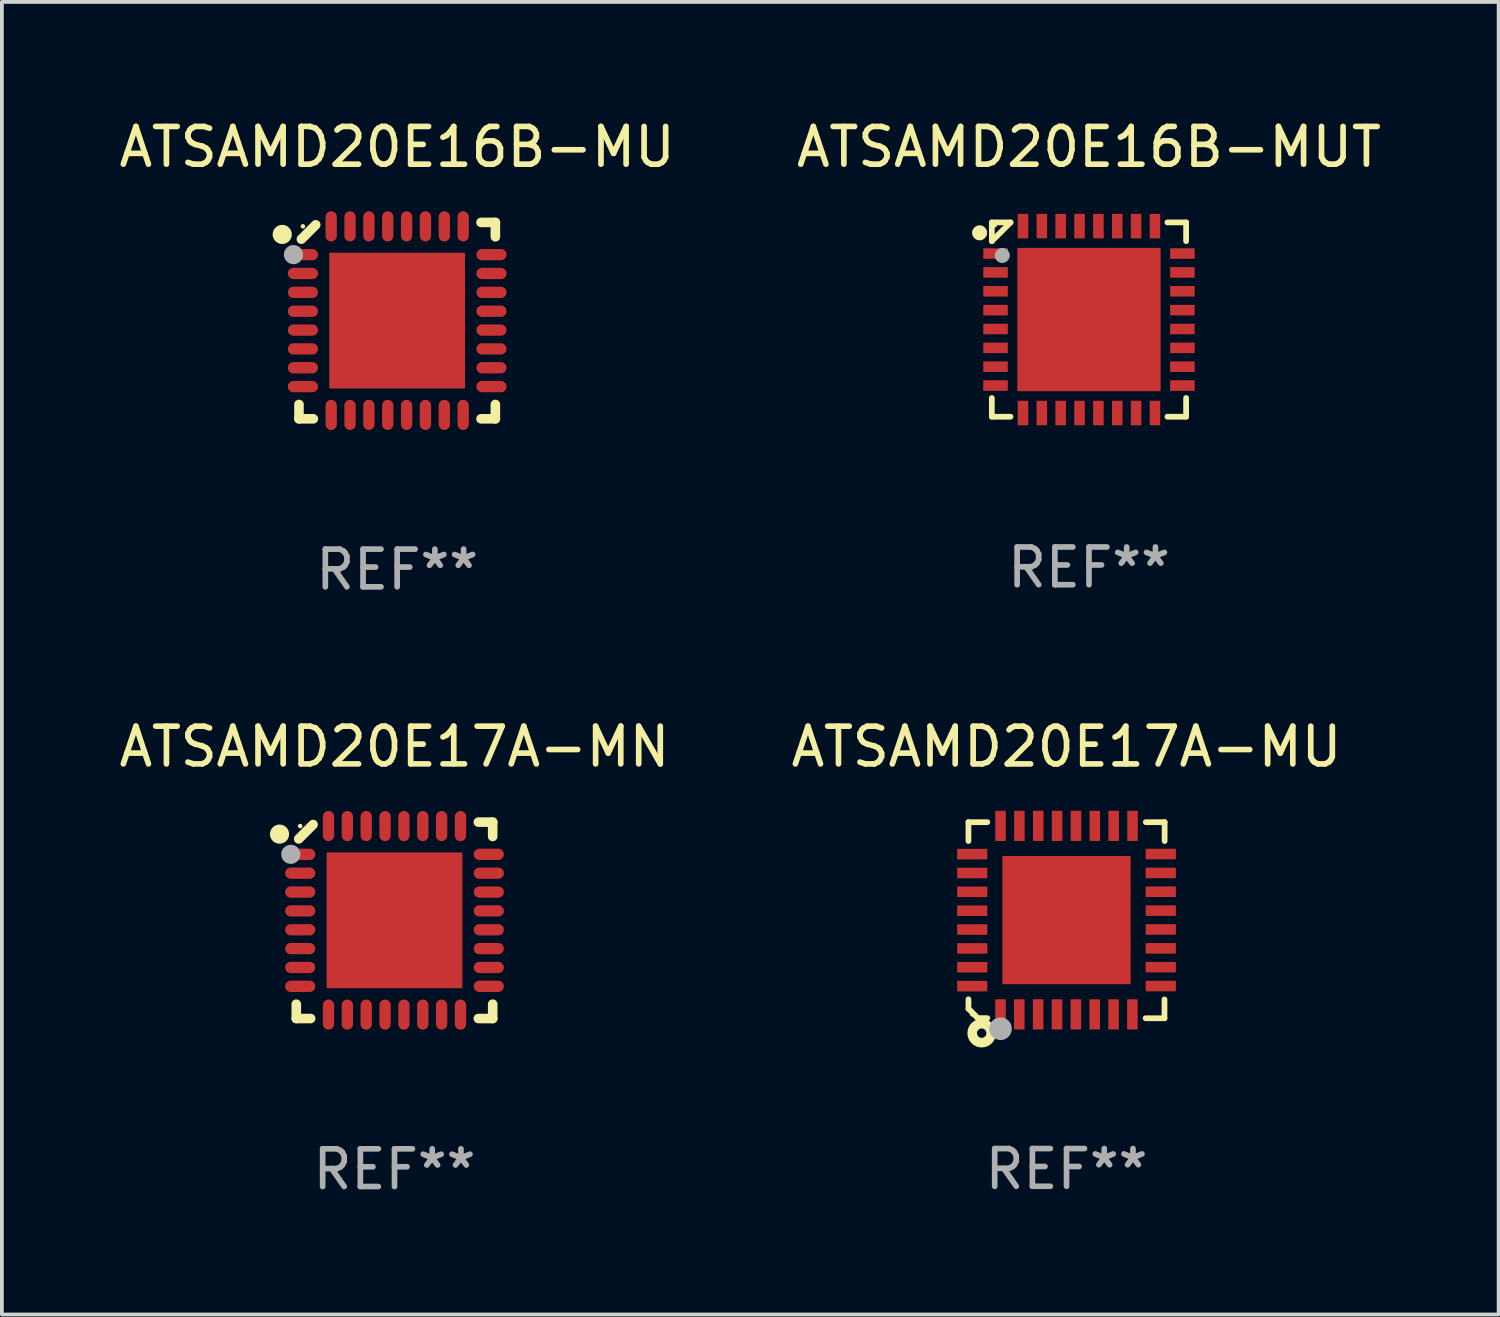
<source format=kicad_pcb>
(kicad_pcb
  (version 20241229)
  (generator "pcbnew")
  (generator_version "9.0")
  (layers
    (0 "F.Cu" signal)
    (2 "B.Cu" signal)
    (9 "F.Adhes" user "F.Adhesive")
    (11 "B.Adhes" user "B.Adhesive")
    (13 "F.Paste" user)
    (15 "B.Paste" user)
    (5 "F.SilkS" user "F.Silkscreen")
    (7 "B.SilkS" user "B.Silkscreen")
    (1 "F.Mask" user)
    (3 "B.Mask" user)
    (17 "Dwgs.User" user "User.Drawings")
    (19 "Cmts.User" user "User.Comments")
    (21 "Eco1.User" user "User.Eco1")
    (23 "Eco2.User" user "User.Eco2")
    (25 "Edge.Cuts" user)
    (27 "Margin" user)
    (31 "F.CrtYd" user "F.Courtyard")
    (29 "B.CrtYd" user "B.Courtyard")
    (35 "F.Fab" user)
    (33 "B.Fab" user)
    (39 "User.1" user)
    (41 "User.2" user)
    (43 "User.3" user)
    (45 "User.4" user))
  (footprint "ATSAMD20E16B-MU"
    (layer "F.Cu")
    (at 7.482 5.452)
    (property "Reference" "ATSAMD20E16B-MU" (at 0 -4.604 0) (layer "F.SilkS") (effects (font (size 1 1) (thickness 0.15))))
    (attr through_hole)
    (fp_line (start -2.604 2.223) (end -2.604 2.604) (stroke (width 0.254) (type solid)) (layer "F.SilkS"))
    (fp_line (start -2.604 2.604) (end -2.223 2.604) (stroke (width 0.254) (type solid)) (layer "F.SilkS"))
    (fp_line (start -2.159 -2.54) (end -2.54 -2.159) (stroke (width 0.254) (type solid)) (layer "F.SilkS"))
    (fp_line (start 2.223 2.604) (end 2.604 2.604) (stroke (width 0.254) (type solid)) (layer "F.SilkS"))
    (fp_line (start 2.604 -2.604) (end 2.223 -2.604) (stroke (width 0.254) (type solid)) (layer "F.SilkS"))
    (fp_line (start 2.604 -2.223) (end 2.604 -2.604) (stroke (width 0.254) (type solid)) (layer "F.SilkS"))
    (fp_line (start 2.604 2.604) (end 2.604 2.223) (stroke (width 0.254) (type solid)) (layer "F.SilkS"))
    (fp_circle (center -3.048 -2.286) (end -2.921 -2.286) (stroke (width 0.254) (type solid)) (fill no) (layer "F.SilkS"))
    (fp_circle (center -2.5 -2.5) (end -2.47 -2.5) (stroke (width 0.06) (type solid)) (fill no) (layer "F.SilkS"))
    (fp_circle (center -2.75 -1.75) (end -2.623 -1.75) (stroke (width 0.254) (type solid)) (fill no) (layer "F.Fab"))
    (fp_text user "REF**" (at 0 6.604 0) (layer "F.Fab") (effects (font (size 1 1) (thickness 0.15))))
    (pad "1" smd oval (at -2.5 -1.75) (size 0.8 0.3) (layers "F.Cu" "F.Mask" "F.Paste"))
    (pad "2" smd oval (at -2.5 -1.25) (size 0.8 0.3) (layers "F.Cu" "F.Mask" "F.Paste"))
    (pad "3" smd oval (at -2.5 -0.75) (size 0.8 0.3) (layers "F.Cu" "F.Mask" "F.Paste"))
    (pad "4" smd oval (at -2.5 -0.25) (size 0.8 0.3) (layers "F.Cu" "F.Mask" "F.Paste"))
    (pad "5" smd oval (at -2.5 0.25) (size 0.8 0.3) (layers "F.Cu" "F.Mask" "F.Paste"))
    (pad "6" smd oval (at -2.5 0.75) (size 0.8 0.3) (layers "F.Cu" "F.Mask" "F.Paste"))
    (pad "7" smd oval (at -2.5 1.25) (size 0.8 0.3) (layers "F.Cu" "F.Mask" "F.Paste"))
    (pad "8" smd oval (at -2.5 1.75) (size 0.8 0.3) (layers "F.Cu" "F.Mask" "F.Paste"))
    (pad "9" smd oval (at -1.75 2.5) (size 0.3 0.8) (layers "F.Cu" "F.Mask" "F.Paste"))
    (pad "10" smd oval (at -1.25 2.5) (size 0.3 0.8) (layers "F.Cu" "F.Mask" "F.Paste"))
    (pad "11" smd oval (at -0.75 2.5) (size 0.3 0.8) (layers "F.Cu" "F.Mask" "F.Paste"))
    (pad "12" smd oval (at -0.25 2.5) (size 0.3 0.8) (layers "F.Cu" "F.Mask" "F.Paste"))
    (pad "13" smd oval (at 0.25 2.5) (size 0.3 0.8) (layers "F.Cu" "F.Mask" "F.Paste"))
    (pad "14" smd oval (at 0.75 2.5) (size 0.3 0.8) (layers "F.Cu" "F.Mask" "F.Paste"))
    (pad "15" smd oval (at 1.25 2.5) (size 0.3 0.8) (layers "F.Cu" "F.Mask" "F.Paste"))
    (pad "16" smd oval (at 1.75 2.5) (size 0.3 0.8) (layers "F.Cu" "F.Mask" "F.Paste"))
    (pad "17" smd oval (at 2.5 1.75) (size 0.8 0.3) (layers "F.Cu" "F.Mask" "F.Paste"))
    (pad "18" smd oval (at 2.5 1.25) (size 0.8 0.3) (layers "F.Cu" "F.Mask" "F.Paste"))
    (pad "19" smd oval (at 2.5 0.75) (size 0.8 0.3) (layers "F.Cu" "F.Mask" "F.Paste"))
    (pad "20" smd oval (at 2.5 0.25) (size 0.8 0.3) (layers "F.Cu" "F.Mask" "F.Paste"))
    (pad "21" smd oval (at 2.5 -0.25) (size 0.8 0.3) (layers "F.Cu" "F.Mask" "F.Paste"))
    (pad "22" smd oval (at 2.5 -0.75) (size 0.8 0.3) (layers "F.Cu" "F.Mask" "F.Paste"))
    (pad "23" smd oval (at 2.5 -1.25) (size 0.8 0.3) (layers "F.Cu" "F.Mask" "F.Paste"))
    (pad "24" smd oval (at 2.5 -1.75) (size 0.8 0.3) (layers "F.Cu" "F.Mask" "F.Paste"))
    (pad "25" smd oval (at 1.75 -2.5) (size 0.3 0.8) (layers "F.Cu" "F.Mask" "F.Paste"))
    (pad "26" smd oval (at 1.25 -2.5) (size 0.3 0.8) (layers "F.Cu" "F.Mask" "F.Paste"))
    (pad "27" smd oval (at 0.75 -2.5) (size 0.3 0.8) (layers "F.Cu" "F.Mask" "F.Paste"))
    (pad "28" smd oval (at 0.25 -2.5) (size 0.3 0.8) (layers "F.Cu" "F.Mask" "F.Paste"))
    (pad "29" smd oval (at -0.25 -2.5) (size 0.3 0.8) (layers "F.Cu" "F.Mask" "F.Paste"))
    (pad "30" smd oval (at -0.75 -2.5) (size 0.3 0.8) (layers "F.Cu" "F.Mask" "F.Paste"))
    (pad "31" smd oval (at -1.25 -2.5) (size 0.3 0.8) (layers "F.Cu" "F.Mask" "F.Paste"))
    (pad "32" smd oval (at -1.75 -2.5) (size 0.3 0.8) (layers "F.Cu" "F.Mask" "F.Paste"))
    (pad "33" smd rect (at -0.000076 0) (size 3.6 3.6) (layers "F.Cu" "F.Mask" "F.Paste")))
  (footprint "ATSAMD20E16B-MUT"
    (layer "F.Cu")
    (at 25.827 5.424)
    (property "Reference" "ATSAMD20E16B-MUT" (at 0 -4.576 0) (layer "F.SilkS") (effects (font (size 1 1) (thickness 0.15))))
    (attr through_hole)
    (fp_line (start -2.576 -2.576) (end -2.576 -2.08) (stroke (width 0.152) (type solid)) (layer "F.SilkS"))
    (fp_line (start -2.576 2.576) (end -2.576 2.08) (stroke (width 0.152) (type solid)) (layer "F.SilkS"))
    (fp_line (start -2.08 -2.576) (end -2.576 -2.576) (stroke (width 0.152) (type solid)) (layer "F.SilkS"))
    (fp_line (start -2.08 -2.576) (end -2.576 -2.08) (stroke (width 0.152) (type solid)) (layer "F.SilkS"))
    (fp_line (start -2.08 2.576) (end -2.576 2.576) (stroke (width 0.152) (type solid)) (layer "F.SilkS"))
    (fp_line (start 2.08 -2.576) (end 2.576 -2.576) (stroke (width 0.152) (type solid)) (layer "F.SilkS"))
    (fp_line (start 2.08 2.576) (end 2.576 2.576) (stroke (width 0.152) (type solid)) (layer "F.SilkS"))
    (fp_line (start 2.576 -2.576) (end 2.576 -2.08) (stroke (width 0.152) (type solid)) (layer "F.SilkS"))
    (fp_line (start 2.576 2.576) (end 2.576 2.08) (stroke (width 0.152) (type solid)) (layer "F.SilkS"))
    (fp_circle (center -2.9 -2.3) (end -2.8 -2.3) (stroke (width 0.2) (type solid)) (fill no) (layer "F.SilkS"))
    (fp_circle (center -2.5 -2.5) (end -2.47 -2.5) (stroke (width 0.06) (type solid)) (fill no) (layer "F.SilkS"))
    (fp_circle (center -2.3 -1.7) (end -2.2 -1.7) (stroke (width 0.2) (type solid)) (fill no) (layer "F.Fab"))
    (fp_text user "REF**" (at 0 6.576 0) (layer "F.Fab") (effects (font (size 1 1) (thickness 0.15))))
    (pad "1" smd rect (at -2.478 -1.75) (size 0.65 0.28) (layers "F.Cu" "F.Mask" "F.Paste"))
    (pad "2" smd rect (at -2.478 -1.25) (size 0.65 0.28) (layers "F.Cu" "F.Mask" "F.Paste"))
    (pad "3" smd rect (at -2.478 -0.75) (size 0.65 0.28) (layers "F.Cu" "F.Mask" "F.Paste"))
    (pad "4" smd rect (at -2.478 -0.25) (size 0.65 0.28) (layers "F.Cu" "F.Mask" "F.Paste"))
    (pad "5" smd rect (at -2.478 0.25) (size 0.65 0.28) (layers "F.Cu" "F.Mask" "F.Paste"))
    (pad "6" smd rect (at -2.478 0.75) (size 0.65 0.28) (layers "F.Cu" "F.Mask" "F.Paste"))
    (pad "7" smd rect (at -2.478 1.25) (size 0.65 0.28) (layers "F.Cu" "F.Mask" "F.Paste"))
    (pad "8" smd rect (at -2.478 1.75) (size 0.65 0.28) (layers "F.Cu" "F.Mask" "F.Paste"))
    (pad "9" smd rect (at -1.75 2.478) (size 0.28 0.65) (layers "F.Cu" "F.Mask" "F.Paste"))
    (pad "10" smd rect (at -1.25 2.478) (size 0.28 0.65) (layers "F.Cu" "F.Mask" "F.Paste"))
    (pad "11" smd rect (at -0.75 2.478) (size 0.28 0.65) (layers "F.Cu" "F.Mask" "F.Paste"))
    (pad "12" smd rect (at -0.25 2.478) (size 0.28 0.65) (layers "F.Cu" "F.Mask" "F.Paste"))
    (pad "13" smd rect (at 0.25 2.478) (size 0.28 0.65) (layers "F.Cu" "F.Mask" "F.Paste"))
    (pad "14" smd rect (at 0.75 2.478) (size 0.28 0.65) (layers "F.Cu" "F.Mask" "F.Paste"))
    (pad "15" smd rect (at 1.25 2.478) (size 0.28 0.65) (layers "F.Cu" "F.Mask" "F.Paste"))
    (pad "16" smd rect (at 1.75 2.478) (size 0.28 0.65) (layers "F.Cu" "F.Mask" "F.Paste"))
    (pad "17" smd rect (at 2.478 1.75) (size 0.65 0.28) (layers "F.Cu" "F.Mask" "F.Paste"))
    (pad "18" smd rect (at 2.478 1.25) (size 0.65 0.28) (layers "F.Cu" "F.Mask" "F.Paste"))
    (pad "19" smd rect (at 2.478 0.75) (size 0.65 0.28) (layers "F.Cu" "F.Mask" "F.Paste"))
    (pad "20" smd rect (at 2.478 0.25) (size 0.65 0.28) (layers "F.Cu" "F.Mask" "F.Paste"))
    (pad "21" smd rect (at 2.478 -0.25) (size 0.65 0.28) (layers "F.Cu" "F.Mask" "F.Paste"))
    (pad "22" smd rect (at 2.478 -0.75) (size 0.65 0.28) (layers "F.Cu" "F.Mask" "F.Paste"))
    (pad "23" smd rect (at 2.478 -1.25) (size 0.65 0.28) (layers "F.Cu" "F.Mask" "F.Paste"))
    (pad "24" smd rect (at 2.478 -1.75) (size 0.65 0.28) (layers "F.Cu" "F.Mask" "F.Paste"))
    (pad "25" smd rect (at 1.75 -2.478) (size 0.28 0.65) (layers "F.Cu" "F.Mask" "F.Paste"))
    (pad "26" smd rect (at 1.25 -2.478) (size 0.28 0.65) (layers "F.Cu" "F.Mask" "F.Paste"))
    (pad "27" smd rect (at 0.75 -2.478) (size 0.28 0.65) (layers "F.Cu" "F.Mask" "F.Paste"))
    (pad "28" smd rect (at 0.25 -2.478) (size 0.28 0.65) (layers "F.Cu" "F.Mask" "F.Paste"))
    (pad "29" smd rect (at -0.25 -2.478) (size 0.28 0.65) (layers "F.Cu" "F.Mask" "F.Paste"))
    (pad "30" smd rect (at -0.75 -2.478) (size 0.28 0.65) (layers "F.Cu" "F.Mask" "F.Paste"))
    (pad "31" smd rect (at -1.25 -2.478) (size 0.28 0.65) (layers "F.Cu" "F.Mask" "F.Paste"))
    (pad "32" smd rect (at -1.75 -2.478) (size 0.28 0.65) (layers "F.Cu" "F.Mask" "F.Paste"))
    (pad "33" smd rect (at 0 0) (size 3.8 3.8) (layers "F.Cu" "F.Mask" "F.Paste")))
  (footprint "ATSAMD20E17A-MU"
    (layer "F.Cu")
    (at 25.232 21.352)
    (property "Reference" "ATSAMD20E17A-MU" (at 0 -4.6 0) (layer "F.SilkS") (effects (font (size 1 1) (thickness 0.15))))
    (attr through_hole)
    (fp_line (start -2.601 2.097) (end -2.601 2.347) (stroke (width 0.152) (type solid)) (layer "F.SilkS"))
    (fp_line (start -2.601 2.347) (end -2.351 2.597) (stroke (width 0.152) (type solid)) (layer "F.SilkS"))
    (fp_line (start -2.601 -2.6) (end -2.601 -2.1) (stroke (width 0.152) (type solid)) (layer "F.SilkS"))
    (fp_line (start -2.601 -2.6) (end -2.101 -2.6) (stroke (width 0.152) (type solid)) (layer "F.SilkS"))
    (fp_line (start -2.351 2.597) (end -2.101 2.597) (stroke (width 0.152) (type solid)) (layer "F.SilkS"))
    (fp_line (start 2.597 2.6) (end 2.097 2.6) (stroke (width 0.152) (type solid)) (layer "F.SilkS"))
    (fp_line (start 2.597 2.6) (end 2.597 2.1) (stroke (width 0.152) (type solid)) (layer "F.SilkS"))
    (fp_line (start 2.601 -2.6) (end 2.101 -2.6) (stroke (width 0.152) (type solid)) (layer "F.SilkS"))
    (fp_line (start 2.601 -2.6) (end 2.601 -2.1) (stroke (width 0.152) (type solid)) (layer "F.SilkS"))
    (fp_circle (center -2.501 2.497) (end -2.471 2.497) (stroke (width 0.06) (type solid)) (fill no) (layer "F.SilkS"))
    (fp_circle (center -2.25 2.995) (end -2.125 2.995) (stroke (width 0.254) (type solid)) (fill no) (layer "F.SilkS"))
    (fp_circle (center -1.751 2.878) (end -1.601 2.878) (stroke (width 0.3) (type solid)) (fill no) (layer "F.Fab"))
    (fp_text user "REF**" (at 0 6.6 0) (layer "F.Fab") (effects (font (size 1 1) (thickness 0.15))))
    (pad "1" smd rect (at -1.751 2.497) (size 0.28 0.8) (layers "F.Cu" "F.Mask" "F.Paste"))
    (pad "2" smd rect (at -1.253 2.497) (size 0.28 0.8) (layers "F.Cu" "F.Mask" "F.Paste"))
    (pad "3" smd rect (at -0.753 2.497) (size 0.28 0.8) (layers "F.Cu" "F.Mask" "F.Paste"))
    (pad "4" smd rect (at -0.253 2.497) (size 0.28 0.8) (layers "F.Cu" "F.Mask" "F.Paste"))
    (pad "5" smd rect (at 0.247 2.497) (size 0.28 0.8) (layers "F.Cu" "F.Mask" "F.Paste"))
    (pad "6" smd rect (at 0.747 2.497) (size 0.28 0.8) (layers "F.Cu" "F.Mask" "F.Paste"))
    (pad "7" smd rect (at 1.247 2.497) (size 0.28 0.8) (layers "F.Cu" "F.Mask" "F.Paste"))
    (pad "8" smd rect (at 1.747 2.497) (size 0.28 0.8) (layers "F.Cu" "F.Mask" "F.Paste"))
    (pad "9" smd rect (at 2.499 1.746) (size 0.8 0.28) (layers "F.Cu" "F.Mask" "F.Paste"))
    (pad "10" smd rect (at 2.499 1.245) (size 0.8 0.28) (layers "F.Cu" "F.Mask" "F.Paste"))
    (pad "11" smd rect (at 2.499 0.746) (size 0.8 0.28) (layers "F.Cu" "F.Mask" "F.Paste"))
    (pad "12" smd rect (at 2.499 0.245) (size 0.8 0.28) (layers "F.Cu" "F.Mask" "F.Paste"))
    (pad "13" smd rect (at 2.499 -0.254) (size 0.8 0.28) (layers "F.Cu" "F.Mask" "F.Paste"))
    (pad "14" smd rect (at 2.499 -0.755) (size 0.8 0.28) (layers "F.Cu" "F.Mask" "F.Paste"))
    (pad "15" smd rect (at 2.499 -1.254) (size 0.8 0.28) (layers "F.Cu" "F.Mask" "F.Paste"))
    (pad "16" smd rect (at 2.499 -1.755) (size 0.8 0.28) (layers "F.Cu" "F.Mask" "F.Paste"))
    (pad "17" smd rect (at 1.75 -2.502) (size 0.28 0.8) (layers "F.Cu" "F.Mask" "F.Paste"))
    (pad "18" smd rect (at 1.25 -2.502) (size 0.28 0.8) (layers "F.Cu" "F.Mask" "F.Paste"))
    (pad "19" smd rect (at 0.75 -2.502) (size 0.28 0.8) (layers "F.Cu" "F.Mask" "F.Paste"))
    (pad "20" smd rect (at 0.25 -2.502) (size 0.28 0.8) (layers "F.Cu" "F.Mask" "F.Paste"))
    (pad "21" smd rect (at -0.25 -2.502) (size 0.28 0.8) (layers "F.Cu" "F.Mask" "F.Paste"))
    (pad "22" smd rect (at -0.75 -2.502) (size 0.28 0.8) (layers "F.Cu" "F.Mask" "F.Paste"))
    (pad "23" smd rect (at -1.25 -2.502) (size 0.28 0.8) (layers "F.Cu" "F.Mask" "F.Paste"))
    (pad "24" smd rect (at -1.75 -2.502) (size 0.28 0.8) (layers "F.Cu" "F.Mask" "F.Paste"))
    (pad "25" smd rect (at -2.501 -1.753) (size 0.8 0.28) (layers "F.Cu" "F.Mask" "F.Paste"))
    (pad "26" smd rect (at -2.501 -1.252) (size 0.8 0.28) (layers "F.Cu" "F.Mask" "F.Paste"))
    (pad "27" smd rect (at -2.501 -0.753) (size 0.8 0.28) (layers "F.Cu" "F.Mask" "F.Paste"))
    (pad "28" smd rect (at -2.501 -0.252) (size 0.8 0.28) (layers "F.Cu" "F.Mask" "F.Paste"))
    (pad "29" smd rect (at -2.501 0.247) (size 0.8 0.28) (layers "F.Cu" "F.Mask" "F.Paste"))
    (pad "30" smd rect (at -2.501 0.748) (size 0.8 0.28) (layers "F.Cu" "F.Mask" "F.Paste"))
    (pad "31" smd rect (at -2.501 1.247) (size 0.8 0.28) (layers "F.Cu" "F.Mask" "F.Paste"))
    (pad "32" smd rect (at -2.501 1.748) (size 0.8 0.28) (layers "F.Cu" "F.Mask" "F.Paste"))
    (pad "33" smd rect (at -0.001 -0.003 180) (size 3.4 3.4) (layers "F.Cu" "F.Mask" "F.Paste")))
  (footprint "ATSAMD20E17A-MN"
    (layer "F.Cu")
    (at 7.411 21.355)
    (property "Reference" "ATSAMD20E17A-MN" (at 0 -4.604 0) (layer "F.SilkS") (effects (font (size 1 1) (thickness 0.15))))
    (attr through_hole)
    (fp_line (start -2.604 2.223) (end -2.604 2.604) (stroke (width 0.254) (type solid)) (layer "F.SilkS"))
    (fp_line (start -2.604 2.604) (end -2.223 2.604) (stroke (width 0.254) (type solid)) (layer "F.SilkS"))
    (fp_line (start -2.159 -2.54) (end -2.54 -2.159) (stroke (width 0.254) (type solid)) (layer "F.SilkS"))
    (fp_line (start 2.223 2.604) (end 2.604 2.604) (stroke (width 0.254) (type solid)) (layer "F.SilkS"))
    (fp_line (start 2.604 -2.604) (end 2.223 -2.604) (stroke (width 0.254) (type solid)) (layer "F.SilkS"))
    (fp_line (start 2.604 -2.223) (end 2.604 -2.604) (stroke (width 0.254) (type solid)) (layer "F.SilkS"))
    (fp_line (start 2.604 2.604) (end 2.604 2.223) (stroke (width 0.254) (type solid)) (layer "F.SilkS"))
    (fp_circle (center -3.048 -2.286) (end -2.921 -2.286) (stroke (width 0.254) (type solid)) (fill no) (layer "F.SilkS"))
    (fp_circle (center -2.5 -2.5) (end -2.47 -2.5) (stroke (width 0.06) (type solid)) (fill no) (layer "F.SilkS"))
    (fp_circle (center -2.75 -1.75) (end -2.623 -1.75) (stroke (width 0.254) (type solid)) (fill no) (layer "F.Fab"))
    (fp_text user "REF**" (at 0 6.604 0) (layer "F.Fab") (effects (font (size 1 1) (thickness 0.15))))
    (pad "1" smd oval (at -2.5 -1.75) (size 0.8 0.3) (layers "F.Cu" "F.Mask" "F.Paste"))
    (pad "2" smd oval (at -2.5 -1.25) (size 0.8 0.3) (layers "F.Cu" "F.Mask" "F.Paste"))
    (pad "3" smd oval (at -2.5 -0.75) (size 0.8 0.3) (layers "F.Cu" "F.Mask" "F.Paste"))
    (pad "4" smd oval (at -2.5 -0.25) (size 0.8 0.3) (layers "F.Cu" "F.Mask" "F.Paste"))
    (pad "5" smd oval (at -2.5 0.25) (size 0.8 0.3) (layers "F.Cu" "F.Mask" "F.Paste"))
    (pad "6" smd oval (at -2.5 0.75) (size 0.8 0.3) (layers "F.Cu" "F.Mask" "F.Paste"))
    (pad "7" smd oval (at -2.5 1.25) (size 0.8 0.3) (layers "F.Cu" "F.Mask" "F.Paste"))
    (pad "8" smd oval (at -2.5 1.75) (size 0.8 0.3) (layers "F.Cu" "F.Mask" "F.Paste"))
    (pad "9" smd oval (at -1.75 2.5) (size 0.3 0.8) (layers "F.Cu" "F.Mask" "F.Paste"))
    (pad "10" smd oval (at -1.25 2.5) (size 0.3 0.8) (layers "F.Cu" "F.Mask" "F.Paste"))
    (pad "11" smd oval (at -0.75 2.5) (size 0.3 0.8) (layers "F.Cu" "F.Mask" "F.Paste"))
    (pad "12" smd oval (at -0.25 2.5) (size 0.3 0.8) (layers "F.Cu" "F.Mask" "F.Paste"))
    (pad "13" smd oval (at 0.25 2.5) (size 0.3 0.8) (layers "F.Cu" "F.Mask" "F.Paste"))
    (pad "14" smd oval (at 0.75 2.5) (size 0.3 0.8) (layers "F.Cu" "F.Mask" "F.Paste"))
    (pad "15" smd oval (at 1.25 2.5) (size 0.3 0.8) (layers "F.Cu" "F.Mask" "F.Paste"))
    (pad "16" smd oval (at 1.75 2.5) (size 0.3 0.8) (layers "F.Cu" "F.Mask" "F.Paste"))
    (pad "17" smd oval (at 2.5 1.75) (size 0.8 0.3) (layers "F.Cu" "F.Mask" "F.Paste"))
    (pad "18" smd oval (at 2.5 1.25) (size 0.8 0.3) (layers "F.Cu" "F.Mask" "F.Paste"))
    (pad "19" smd oval (at 2.5 0.75) (size 0.8 0.3) (layers "F.Cu" "F.Mask" "F.Paste"))
    (pad "20" smd oval (at 2.5 0.25) (size 0.8 0.3) (layers "F.Cu" "F.Mask" "F.Paste"))
    (pad "21" smd oval (at 2.5 -0.25) (size 0.8 0.3) (layers "F.Cu" "F.Mask" "F.Paste"))
    (pad "22" smd oval (at 2.5 -0.75) (size 0.8 0.3) (layers "F.Cu" "F.Mask" "F.Paste"))
    (pad "23" smd oval (at 2.5 -1.25) (size 0.8 0.3) (layers "F.Cu" "F.Mask" "F.Paste"))
    (pad "24" smd oval (at 2.5 -1.75) (size 0.8 0.3) (layers "F.Cu" "F.Mask" "F.Paste"))
    (pad "25" smd oval (at 1.75 -2.5) (size 0.3 0.8) (layers "F.Cu" "F.Mask" "F.Paste"))
    (pad "26" smd oval (at 1.25 -2.5) (size 0.3 0.8) (layers "F.Cu" "F.Mask" "F.Paste"))
    (pad "27" smd oval (at 0.75 -2.5) (size 0.3 0.8) (layers "F.Cu" "F.Mask" "F.Paste"))
    (pad "28" smd oval (at 0.25 -2.5) (size 0.3 0.8) (layers "F.Cu" "F.Mask" "F.Paste"))
    (pad "29" smd oval (at -0.25 -2.5) (size 0.3 0.8) (layers "F.Cu" "F.Mask" "F.Paste"))
    (pad "30" smd oval (at -0.75 -2.5) (size 0.3 0.8) (layers "F.Cu" "F.Mask" "F.Paste"))
    (pad "31" smd oval (at -1.25 -2.5) (size 0.3 0.8) (layers "F.Cu" "F.Mask" "F.Paste"))
    (pad "32" smd oval (at -1.75 -2.5) (size 0.3 0.8) (layers "F.Cu" "F.Mask" "F.Paste"))
    (pad "33" smd rect (at -0.000076 0) (size 3.6 3.6) (layers "F.Cu" "F.Mask" "F.Paste")))
  (gr_rect
    (start -3 -3)
    (end 36.69 31.807)
    (stroke (width 0.1) (type default))
    (fill no)
    (layer "Edge.Cuts")))
</source>
